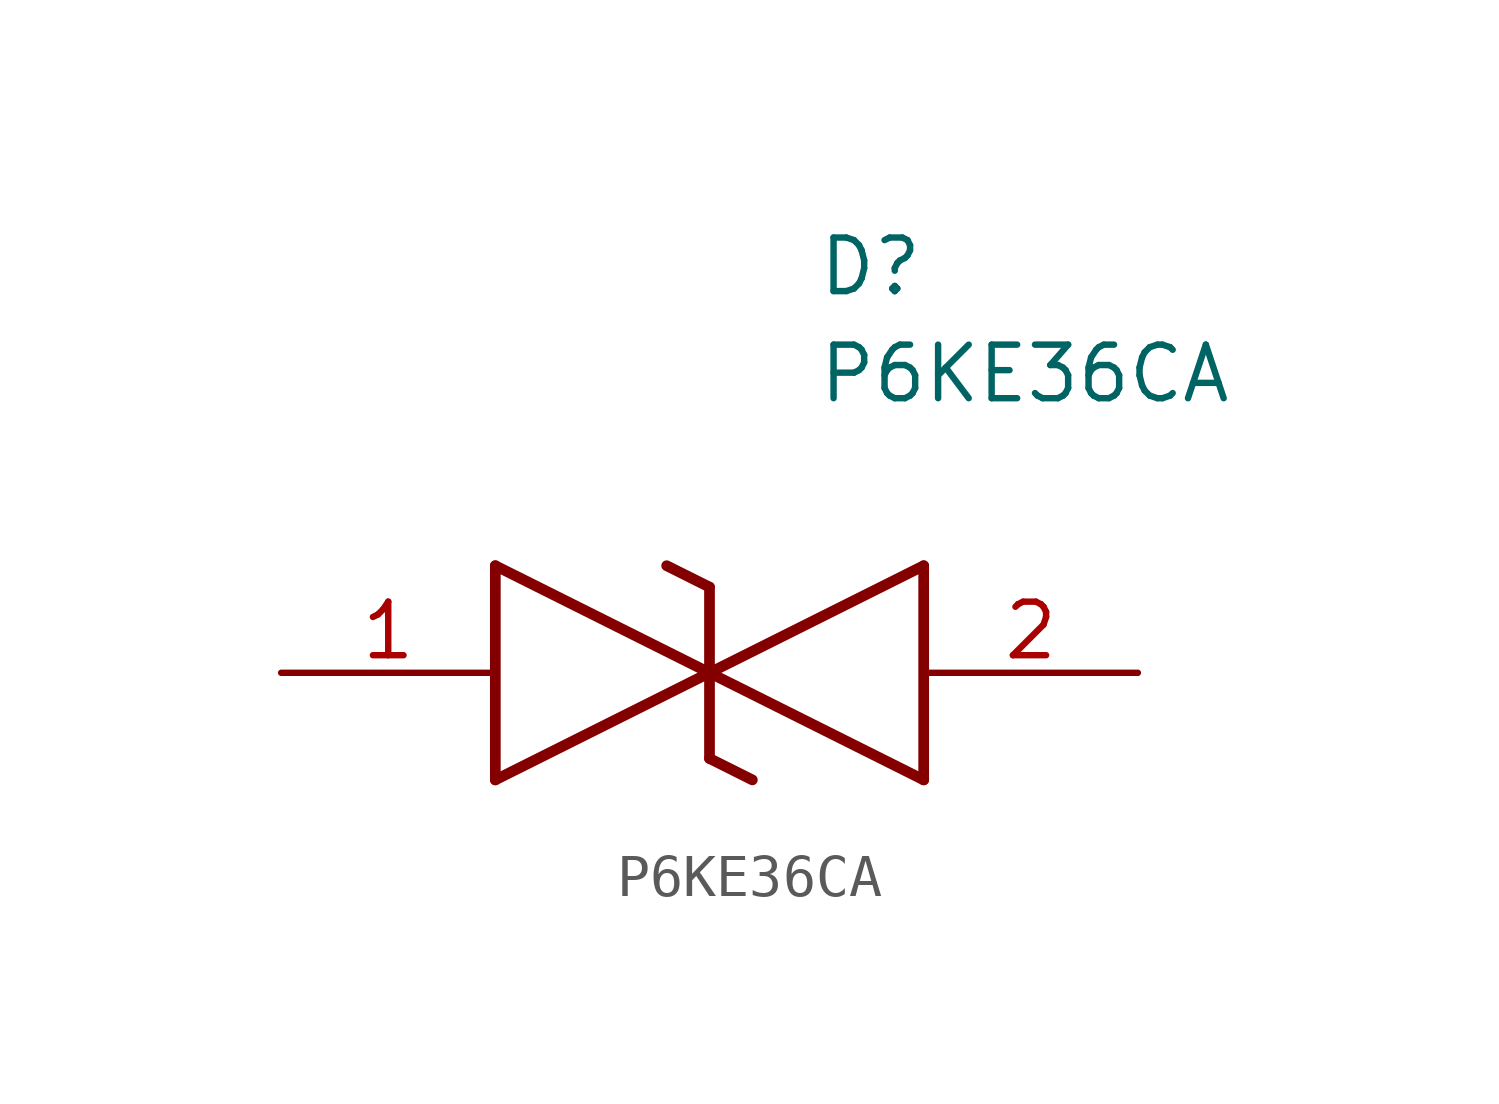
<source format=kicad_sym>
(kicad_symbol_lib
  (version 20211014)
  (generator SamacSys_ECAD_Model)
  (symbol "P6KE36CA"
    (pin_names hide)
    (property "Reference" "D"
      (at 12.7 8.89 0)
      (effects (font (size 1.27 1.27)) (justify left bottom)))
    (property "Value" "P6KE36CA"
      (at 12.7 6.35 0)
      (effects (font (size 1.27 1.27)) (justify left bottom)))
    (polyline
      (pts (xy 10.16 0) (xy 5.08 -2.54))
      (stroke (width 0.254) (type default))
      (fill (type none)))
    (polyline
      (pts (xy 5.08 2.54) (xy 5.08 -2.54))
      (stroke (width 0.254) (type default))
      (fill (type none)))
    (polyline
      (pts (xy 5.08 2.54) (xy 10.16 0))
      (stroke (width 0.254) (type default))
      (fill (type none)))
    (polyline
      (pts (xy 10.16 0) (xy 15.24 -2.54))
      (stroke (width 0.254) (type default))
      (fill (type none)))
    (polyline
      (pts (xy 15.24 2.54) (xy 15.24 -2.54))
      (stroke (width 0.254) (type default))
      (fill (type none)))
    (polyline
      (pts (xy 15.24 2.54) (xy 10.16 0))
      (stroke (width 0.254) (type default))
      (fill (type none)))
    (polyline
      (pts (xy 10.16 -2.032) (xy 10.16 2.032))
      (stroke (width 0.254) (type default))
      (fill (type none)))
    (polyline
      (pts (xy 9.144 2.54) (xy 10.16 2.032))
      (stroke (width 0.254) (type default))
      (fill (type none)))
    (polyline
      (pts (xy 10.16 -2.032) (xy 11.176 -2.54))
      (stroke (width 0.254) (type default))
      (fill (type none)))
    (pin passive line
      (at 0 0 0)
      (length 5.08)
      (name "1" (effects (font (size 1.27 1.27))))
      (number "1" (effects (font (size 1.27 1.27)))))
    (pin passive line
      (at 20.32 0 180)
      (length 5.08)
      (name "2" (effects (font (size 1.27 1.27))))
      (number "2" (effects (font (size 1.27 1.27)))))))
</source>
